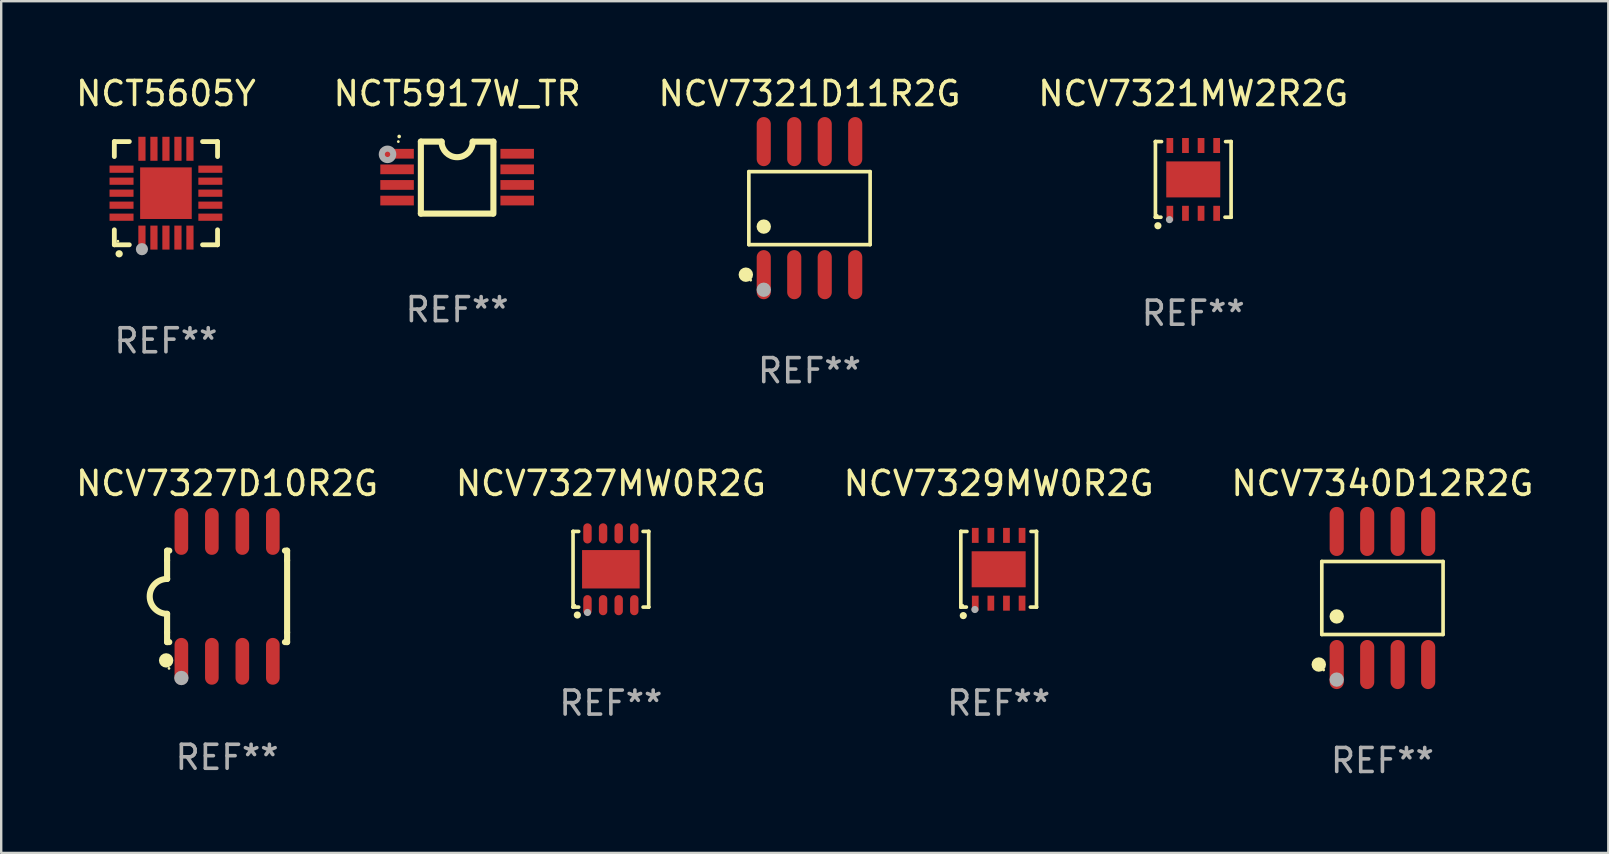
<source format=kicad_pcb>
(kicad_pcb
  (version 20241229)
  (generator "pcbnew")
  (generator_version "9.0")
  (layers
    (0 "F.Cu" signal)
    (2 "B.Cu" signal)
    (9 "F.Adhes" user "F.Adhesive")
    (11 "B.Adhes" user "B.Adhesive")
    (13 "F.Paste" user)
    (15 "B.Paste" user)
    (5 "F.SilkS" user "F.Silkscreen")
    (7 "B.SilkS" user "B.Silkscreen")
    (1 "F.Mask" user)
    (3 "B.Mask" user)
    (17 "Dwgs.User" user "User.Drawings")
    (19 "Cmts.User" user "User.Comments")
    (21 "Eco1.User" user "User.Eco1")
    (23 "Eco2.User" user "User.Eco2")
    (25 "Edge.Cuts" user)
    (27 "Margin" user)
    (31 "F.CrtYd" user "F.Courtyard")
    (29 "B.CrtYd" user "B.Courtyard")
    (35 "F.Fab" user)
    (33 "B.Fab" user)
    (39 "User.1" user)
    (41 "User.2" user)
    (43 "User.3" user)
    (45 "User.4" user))
  (footprint "NCV7321D11R2G"
    (layer "F.Cu")
    (at 30.673 5.621)
    (property "Reference" "NCV7321D11R2G" (at 0 -4.772 0) (layer "F.SilkS") (effects (font (size 1 1) (thickness 0.15))))
    (attr through_hole)
    (fp_line (start -2.526 -1.521) (end 2.526 -1.521) (stroke (width 0.152) (type solid)) (layer "F.SilkS"))
    (fp_line (start -2.526 1.521) (end -2.526 -1.521) (stroke (width 0.152) (type solid)) (layer "F.SilkS"))
    (fp_line (start 2.526 -1.521) (end 2.526 1.521) (stroke (width 0.152) (type solid)) (layer "F.SilkS"))
    (fp_line (start 2.526 1.521) (end -2.526 1.521) (stroke (width 0.152) (type solid)) (layer "F.SilkS"))
    (fp_circle (center -2.652 2.772) (end -2.501 2.772) (stroke (width 0.3) (type solid)) (fill no) (layer "F.SilkS"))
    (fp_circle (center -2.45 3) (end -2.42 3) (stroke (width 0.06) (type solid)) (fill no) (layer "F.SilkS"))
    (fp_circle (center -1.905 0.769) (end -1.755 0.769) (stroke (width 0.3) (type solid)) (fill no) (layer "F.SilkS"))
    (fp_circle (center -1.905 3.4) (end -1.755 3.4) (stroke (width 0.3) (type solid)) (fill no) (layer "F.Fab"))
    (fp_text user "REF**" (at 0 6.772 0) (layer "F.Fab") (effects (font (size 1 1) (thickness 0.15))))
    (pad "1" smd oval (at -1.905 2.772) (size 0.588 2.045) (layers "F.Cu" "F.Mask" "F.Paste"))
    (pad "2" smd oval (at -0.635 2.772) (size 0.588 2.045) (layers "F.Cu" "F.Mask" "F.Paste"))
    (pad "3" smd oval (at 0.635 2.772) (size 0.588 2.045) (layers "F.Cu" "F.Mask" "F.Paste"))
    (pad "4" smd oval (at 1.905 2.772) (size 0.588 2.045) (layers "F.Cu" "F.Mask" "F.Paste"))
    (pad "5" smd oval (at 1.905 -2.772) (size 0.588 2.045) (layers "F.Cu" "F.Mask" "F.Paste"))
    (pad "6" smd oval (at 0.635 -2.772) (size 0.588 2.045) (layers "F.Cu" "F.Mask" "F.Paste"))
    (pad "7" smd oval (at -0.635 -2.772) (size 0.588 2.045) (layers "F.Cu" "F.Mask" "F.Paste"))
    (pad "8" smd oval (at -1.905 -2.772) (size 0.588 2.045) (layers "F.Cu" "F.Mask" "F.Paste")))
  (footprint "NCV7321MW2R2G"
    (layer "F.Cu")
    (at 46.661 4.424)
    (property "Reference" "NCV7321MW2R2G" (at 0 -3.576 0) (layer "F.SilkS") (effects (font (size 1 1) (thickness 0.15))))
    (attr through_hole)
    (fp_line (start -1.576 -1.576) (end -1.576 -1.576) (stroke (width 0.152) (type solid)) (layer "F.SilkS"))
    (fp_line (start -1.576 -1.576) (end -1.576 1.576) (stroke (width 0.152) (type solid)) (layer "F.SilkS"))
    (fp_line (start -1.576 1.576) (end -1.576 1.576) (stroke (width 0.152) (type solid)) (layer "F.SilkS"))
    (fp_line (start -1.576 1.576) (end -1.346 1.575) (stroke (width 0.152) (type solid)) (layer "F.SilkS"))
    (fp_line (start -1.321 -1.575) (end -1.576 -1.576) (stroke (width 0.152) (type solid)) (layer "F.SilkS"))
    (fp_line (start 1.321 1.575) (end 1.576 1.576) (stroke (width 0.152) (type solid)) (layer "F.SilkS"))
    (fp_line (start 1.576 -1.576) (end 1.346 -1.575) (stroke (width 0.152) (type solid)) (layer "F.SilkS"))
    (fp_line (start 1.576 -1.576) (end 1.576 -1.576) (stroke (width 0.152) (type solid)) (layer "F.SilkS"))
    (fp_line (start 1.576 1.576) (end 1.576 -1.576) (stroke (width 0.152) (type solid)) (layer "F.SilkS"))
    (fp_line (start 1.576 1.576) (end 1.576 1.576) (stroke (width 0.152) (type solid)) (layer "F.SilkS"))
    (fp_circle (center -1.5 1.5) (end -1.47 1.5) (stroke (width 0.06) (type solid)) (fill no) (layer "F.SilkS"))
    (fp_circle (center -1.473 1.93) (end -1.398 1.93) (stroke (width 0.15) (type solid)) (fill no) (layer "F.SilkS"))
    (fp_circle (center -0.991 1.676) (end -0.916 1.676) (stroke (width 0.15) (type solid)) (fill no) (layer "F.Fab"))
    (fp_text user "REF**" (at 0 5.576 0) (layer "F.Fab") (effects (font (size 1 1) (thickness 0.15))))
    (pad "1" smd rect (at -0.975 1.412) (size 0.28 0.625) (layers "F.Cu" "F.Mask" "F.Paste"))
    (pad "2" smd rect (at -0.325 1.412) (size 0.28 0.625) (layers "F.Cu" "F.Mask" "F.Paste"))
    (pad "3" smd rect (at 0.325 1.412) (size 0.28 0.625) (layers "F.Cu" "F.Mask" "F.Paste"))
    (pad "4" smd rect (at 0.975 1.412) (size 0.28 0.625) (layers "F.Cu" "F.Mask" "F.Paste"))
    (pad "5" smd rect (at 0.975 -1.412) (size 0.28 0.625) (layers "F.Cu" "F.Mask" "F.Paste"))
    (pad "6" smd rect (at 0.325 -1.412) (size 0.28 0.625) (layers "F.Cu" "F.Mask" "F.Paste"))
    (pad "7" smd rect (at -0.325 -1.412) (size 0.28 0.625) (layers "F.Cu" "F.Mask" "F.Paste"))
    (pad "8" smd rect (at -0.975 -1.412) (size 0.28 0.625) (layers "F.Cu" "F.Mask" "F.Paste"))
    (pad "9" smd rect (at 0 0) (size 2.25 1.5) (layers "F.Cu" "F.Mask" "F.Paste")))
  (footprint "NCV7340D12R2G"
    (layer "F.Cu")
    (at 54.542 21.862)
    (property "Reference" "NCV7340D12R2G" (at 0 -4.772 0) (layer "F.SilkS") (effects (font (size 1 1) (thickness 0.15))))
    (attr through_hole)
    (fp_line (start -2.526 -1.521) (end 2.526 -1.521) (stroke (width 0.152) (type solid)) (layer "F.SilkS"))
    (fp_line (start -2.526 1.521) (end -2.526 -1.521) (stroke (width 0.152) (type solid)) (layer "F.SilkS"))
    (fp_line (start 2.526 -1.521) (end 2.526 1.521) (stroke (width 0.152) (type solid)) (layer "F.SilkS"))
    (fp_line (start 2.526 1.521) (end -2.526 1.521) (stroke (width 0.152) (type solid)) (layer "F.SilkS"))
    (fp_circle (center -2.652 2.772) (end -2.501 2.772) (stroke (width 0.3) (type solid)) (fill no) (layer "F.SilkS"))
    (fp_circle (center -2.45 3) (end -2.42 3) (stroke (width 0.06) (type solid)) (fill no) (layer "F.SilkS"))
    (fp_circle (center -1.905 0.769) (end -1.755 0.769) (stroke (width 0.3) (type solid)) (fill no) (layer "F.SilkS"))
    (fp_circle (center -1.905 3.4) (end -1.755 3.4) (stroke (width 0.3) (type solid)) (fill no) (layer "F.Fab"))
    (fp_text user "REF**" (at 0 6.772 0) (layer "F.Fab") (effects (font (size 1 1) (thickness 0.15))))
    (pad "1" smd oval (at -1.905 2.772) (size 0.588 2.045) (layers "F.Cu" "F.Mask" "F.Paste"))
    (pad "2" smd oval (at -0.635 2.772) (size 0.588 2.045) (layers "F.Cu" "F.Mask" "F.Paste"))
    (pad "3" smd oval (at 0.635 2.772) (size 0.588 2.045) (layers "F.Cu" "F.Mask" "F.Paste"))
    (pad "4" smd oval (at 1.905 2.772) (size 0.588 2.045) (layers "F.Cu" "F.Mask" "F.Paste"))
    (pad "5" smd oval (at 1.905 -2.772) (size 0.588 2.045) (layers "F.Cu" "F.Mask" "F.Paste"))
    (pad "6" smd oval (at 0.635 -2.772) (size 0.588 2.045) (layers "F.Cu" "F.Mask" "F.Paste"))
    (pad "7" smd oval (at -0.635 -2.772) (size 0.588 2.045) (layers "F.Cu" "F.Mask" "F.Paste"))
    (pad "8" smd oval (at -1.905 -2.772) (size 0.588 2.045) (layers "F.Cu" "F.Mask" "F.Paste")))
  (footprint "NCT5917W_TR"
    (layer "F.Cu")
    (at 15.994 4.35)
    (property "Reference" "NCT5917W_TR" (at 0 -3.501 0) (layer "F.SilkS") (effects (font (size 1 1) (thickness 0.15))))
    (attr through_hole)
    (fp_line (start -1.511 -1.501) (end -1.511 1.499) (stroke (width 0.254) (type solid)) (layer "F.SilkS"))
    (fp_line (start -1.511 -1.501) (end -0.648 -1.501) (stroke (width 0.254) (type solid)) (layer "F.SilkS"))
    (fp_line (start -1.511 1.499) (end 1.489 1.499) (stroke (width 0.254) (type solid)) (layer "F.SilkS"))
    (fp_line (start 0.648 -1.499) (end 1.511 -1.499) (stroke (width 0.254) (type solid)) (layer "F.SilkS"))
    (fp_line (start 1.511 -1.499) (end 1.511 1.501) (stroke (width 0.254) (type solid)) (layer "F.SilkS"))
    (fp_arc (start -2.41491 -1.713233) (mid -2.414916 -1.714503) (end -2.41491 -1.715773) (stroke (width 0.150013) (type solid)) (layer "F.SilkS"))
    (fp_arc (start 0.647803 -1.498603) (mid 0.000102 -0.850902) (end -0.647599 -1.498603) (stroke (width 0.254001) (type solid)) (layer "F.SilkS"))
    (fp_circle (center -2.45 -1.501) (end -2.42 -1.501) (stroke (width 0.06) (type solid)) (fill no) (layer "F.SilkS"))
    (fp_circle (center -2.9 -0.97) (end -2.788 -0.97) (stroke (width 0.254) (type solid)) (fill no) (layer "F.Fab"))
    (fp_text user "REF**" (at 0 5.501 0) (layer "F.Fab") (effects (font (size 1 1) (thickness 0.15))))
    (pad "1" smd rect (at -2.502 -0.995) (size 1.397 0.406) (layers "F.Cu" "F.Mask" "F.Paste"))
    (pad "2" smd rect (at -2.502 -0.345) (size 1.397 0.406) (layers "F.Cu" "F.Mask" "F.Paste"))
    (pad "3" smd rect (at -2.502 0.305) (size 1.397 0.406) (layers "F.Cu" "F.Mask" "F.Paste"))
    (pad "4" smd rect (at -2.502 0.955) (size 1.397 0.406) (layers "F.Cu" "F.Mask" "F.Paste"))
    (pad "5" smd rect (at 2.502 0.955) (size 1.397 0.406) (layers "F.Cu" "F.Mask" "F.Paste"))
    (pad "6" smd rect (at 2.502 0.305) (size 1.397 0.406) (layers "F.Cu" "F.Mask" "F.Paste"))
    (pad "7" smd rect (at 2.502 -0.345) (size 1.397 0.406) (layers "F.Cu" "F.Mask" "F.Paste"))
    (pad "8" smd rect (at 2.502 -0.995) (size 1.397 0.406) (layers "F.Cu" "F.Mask" "F.Paste")))
  (footprint "NCT5605Y"
    (layer "F.Cu")
    (at 3.863 4.998)
    (property "Reference" "NCT5605Y" (at 0 -4.15 0) (layer "F.SilkS") (effects (font (size 1 1) (thickness 0.15))))
    (attr through_hole)
    (fp_line (start -2.15 -2.15) (end -2.15 -1.525) (stroke (width 0.2) (type solid)) (layer "F.SilkS"))
    (fp_line (start -2.15 2.15) (end -2.15 1.525) (stroke (width 0.2) (type solid)) (layer "F.SilkS"))
    (fp_line (start -1.525 -2.15) (end -2.15 -2.15) (stroke (width 0.2) (type solid)) (layer "F.SilkS"))
    (fp_line (start -1.525 2.15) (end -2.15 2.15) (stroke (width 0.2) (type solid)) (layer "F.SilkS"))
    (fp_line (start 1.525 2.15) (end 2.15 2.15) (stroke (width 0.2) (type solid)) (layer "F.SilkS"))
    (fp_line (start 2.15 -2.15) (end 1.525 -2.15) (stroke (width 0.2) (type solid)) (layer "F.SilkS"))
    (fp_line (start 2.15 -1.525) (end 2.15 -2.15) (stroke (width 0.2) (type solid)) (layer "F.SilkS"))
    (fp_line (start 2.15 2.15) (end 2.15 1.525) (stroke (width 0.2) (type solid)) (layer "F.SilkS"))
    (fp_arc (start -1.950724 2.524765) (mid -1.949454 2.52476) (end -1.948184 2.524765) (stroke (width 0.3) (type solid)) (layer "F.SilkS"))
    (fp_circle (center -2 2) (end -1.97 2) (stroke (width 0.06) (type solid)) (fill no) (layer "F.SilkS"))
    (fp_circle (center -1 2.332) (end -0.873 2.332) (stroke (width 0.254) (type solid)) (fill no) (layer "F.Fab"))
    (fp_text user "REF**" (at 0 6.15 0) (layer "F.Fab") (effects (font (size 1 1) (thickness 0.15))))
    (pad "1" smd rect (at -1 1.85 180) (size 0.3 1) (layers "F.Cu" "F.Mask" "F.Paste"))
    (pad "2" smd rect (at -0.5 1.85 180) (size 0.3 1) (layers "F.Cu" "F.Mask" "F.Paste"))
    (pad "3" smd rect (at 0 1.85 180) (size 0.3 1) (layers "F.Cu" "F.Mask" "F.Paste"))
    (pad "4" smd rect (at 0.5 1.85 180) (size 0.3 1) (layers "F.Cu" "F.Mask" "F.Paste"))
    (pad "5" smd rect (at 1 1.85 180) (size 0.3 1) (layers "F.Cu" "F.Mask" "F.Paste"))
    (pad "6" smd rect (at 1.85 1 90) (size 0.3 1) (layers "F.Cu" "F.Mask" "F.Paste"))
    (pad "7" smd rect (at 1.85 0.5 90) (size 0.3 1) (layers "F.Cu" "F.Mask" "F.Paste"))
    (pad "8" smd rect (at 1.85 0 90) (size 0.3 1) (layers "F.Cu" "F.Mask" "F.Paste"))
    (pad "9" smd rect (at 1.85 -0.5 90) (size 0.3 1) (layers "F.Cu" "F.Mask" "F.Paste"))
    (pad "10" smd rect (at 1.85 -1 90) (size 0.3 1) (layers "F.Cu" "F.Mask" "F.Paste"))
    (pad "11" smd rect (at 1 -1.85 180) (size 0.3 1) (layers "F.Cu" "F.Mask" "F.Paste"))
    (pad "12" smd rect (at 0.5 -1.85 180) (size 0.3 1) (layers "F.Cu" "F.Mask" "F.Paste"))
    (pad "13" smd rect (at 0 -1.85 180) (size 0.3 1) (layers "F.Cu" "F.Mask" "F.Paste"))
    (pad "14" smd rect (at -0.5 -1.85 180) (size 0.3 1) (layers "F.Cu" "F.Mask" "F.Paste"))
    (pad "15" smd rect (at -1 -1.85 180) (size 0.3 1) (layers "F.Cu" "F.Mask" "F.Paste"))
    (pad "16" smd rect (at -1.85 -1 90) (size 0.3 1) (layers "F.Cu" "F.Mask" "F.Paste"))
    (pad "17" smd rect (at -1.85 -0.5 90) (size 0.3 1) (layers "F.Cu" "F.Mask" "F.Paste"))
    (pad "18" smd rect (at -1.85 0 90) (size 0.3 1) (layers "F.Cu" "F.Mask" "F.Paste"))
    (pad "19" smd rect (at -1.85 0.5 90) (size 0.3 1) (layers "F.Cu" "F.Mask" "F.Paste"))
    (pad "20" smd rect (at -1.85 1 90) (size 0.3 1) (layers "F.Cu" "F.Mask" "F.Paste"))
    (pad "21" smd rect (at 0 0 90) (size 2.15 2.15) (layers "F.Cu" "F.Mask" "F.Paste")))
  (footprint "NCV7327MW0R2G"
    (layer "F.Cu")
    (at 22.399 20.666)
    (property "Reference" "NCV7327MW0R2G" (at 0 -3.576 0) (layer "F.SilkS") (effects (font (size 1 1) (thickness 0.15))))
    (attr through_hole)
    (fp_line (start -1.576 -1.576) (end -1.576 -1.576) (stroke (width 0.152) (type solid)) (layer "F.SilkS"))
    (fp_line (start -1.576 -1.576) (end -1.341 -1.576) (stroke (width 0.152) (type solid)) (layer "F.SilkS"))
    (fp_line (start -1.576 1.576) (end -1.576 -1.576) (stroke (width 0.152) (type solid)) (layer "F.SilkS"))
    (fp_line (start -1.576 1.576) (end -1.576 1.576) (stroke (width 0.152) (type solid)) (layer "F.SilkS"))
    (fp_line (start -1.341 1.576) (end -1.576 1.576) (stroke (width 0.152) (type solid)) (layer "F.SilkS"))
    (fp_line (start 1.341 1.576) (end 1.576 1.576) (stroke (width 0.152) (type solid)) (layer "F.SilkS"))
    (fp_line (start 1.576 -1.576) (end 1.341 -1.576) (stroke (width 0.152) (type solid)) (layer "F.SilkS"))
    (fp_line (start 1.576 -1.576) (end 1.576 -1.576) (stroke (width 0.152) (type solid)) (layer "F.SilkS"))
    (fp_line (start 1.576 1.576) (end 1.576 -1.576) (stroke (width 0.152) (type solid)) (layer "F.SilkS"))
    (fp_line (start 1.576 1.576) (end 1.576 1.576) (stroke (width 0.152) (type solid)) (layer "F.SilkS"))
    (fp_circle (center -1.5 1.5) (end -1.47 1.5) (stroke (width 0.06) (type solid)) (fill no) (layer "F.SilkS"))
    (fp_circle (center -1.397 1.905) (end -1.322 1.905) (stroke (width 0.15) (type solid)) (fill no) (layer "F.SilkS"))
    (fp_circle (center -0.975 1.8) (end -0.9 1.8) (stroke (width 0.15) (type solid)) (fill no) (layer "F.Fab"))
    (fp_text user "REF**" (at 0 5.576 0) (layer "F.Fab") (effects (font (size 1 1) (thickness 0.15))))
    (pad "1" smd oval (at -0.975 1.495) (size 0.35 0.84) (layers "F.Cu" "F.Mask" "F.Paste"))
    (pad "2" smd oval (at -0.325 1.495) (size 0.35 0.84) (layers "F.Cu" "F.Mask" "F.Paste"))
    (pad "3" smd oval (at 0.325 1.495) (size 0.35 0.84) (layers "F.Cu" "F.Mask" "F.Paste"))
    (pad "4" smd oval (at 0.975 1.495) (size 0.35 0.84) (layers "F.Cu" "F.Mask" "F.Paste"))
    (pad "5" smd oval (at 0.975 -1.495) (size 0.35 0.84) (layers "F.Cu" "F.Mask" "F.Paste"))
    (pad "6" smd oval (at 0.325 -1.495) (size 0.35 0.84) (layers "F.Cu" "F.Mask" "F.Paste"))
    (pad "7" smd oval (at -0.325 -1.495) (size 0.35 0.84) (layers "F.Cu" "F.Mask" "F.Paste"))
    (pad "8" smd oval (at -0.975 -1.495) (size 0.35 0.84) (layers "F.Cu" "F.Mask" "F.Paste"))
    (pad "9" smd rect (at 0 0) (size 2.4 1.6) (layers "F.Cu" "F.Mask" "F.Paste")))
  (footprint "NCV7329MW0R2G"
    (layer "F.Cu")
    (at 38.554 20.666)
    (property "Reference" "NCV7329MW0R2G" (at 0 -3.576 0) (layer "F.SilkS") (effects (font (size 1 1) (thickness 0.15))))
    (attr through_hole)
    (fp_line (start -1.576 -1.576) (end -1.576 -1.576) (stroke (width 0.152) (type solid)) (layer "F.SilkS"))
    (fp_line (start -1.576 -1.576) (end -1.576 1.576) (stroke (width 0.152) (type solid)) (layer "F.SilkS"))
    (fp_line (start -1.576 1.576) (end -1.576 1.576) (stroke (width 0.152) (type solid)) (layer "F.SilkS"))
    (fp_line (start -1.576 1.576) (end -1.346 1.575) (stroke (width 0.152) (type solid)) (layer "F.SilkS"))
    (fp_line (start -1.321 -1.575) (end -1.576 -1.576) (stroke (width 0.152) (type solid)) (layer "F.SilkS"))
    (fp_line (start 1.321 1.575) (end 1.576 1.576) (stroke (width 0.152) (type solid)) (layer "F.SilkS"))
    (fp_line (start 1.576 -1.576) (end 1.346 -1.575) (stroke (width 0.152) (type solid)) (layer "F.SilkS"))
    (fp_line (start 1.576 -1.576) (end 1.576 -1.576) (stroke (width 0.152) (type solid)) (layer "F.SilkS"))
    (fp_line (start 1.576 1.576) (end 1.576 -1.576) (stroke (width 0.152) (type solid)) (layer "F.SilkS"))
    (fp_line (start 1.576 1.576) (end 1.576 1.576) (stroke (width 0.152) (type solid)) (layer "F.SilkS"))
    (fp_circle (center -1.5 1.5) (end -1.47 1.5) (stroke (width 0.06) (type solid)) (fill no) (layer "F.SilkS"))
    (fp_circle (center -1.473 1.93) (end -1.398 1.93) (stroke (width 0.15) (type solid)) (fill no) (layer "F.SilkS"))
    (fp_circle (center -0.991 1.676) (end -0.916 1.676) (stroke (width 0.15) (type solid)) (fill no) (layer "F.Fab"))
    (fp_text user "REF**" (at 0 5.576 0) (layer "F.Fab") (effects (font (size 1 1) (thickness 0.15))))
    (pad "1" smd rect (at -0.975 1.412) (size 0.28 0.625) (layers "F.Cu" "F.Mask" "F.Paste"))
    (pad "2" smd rect (at -0.325 1.412) (size 0.28 0.625) (layers "F.Cu" "F.Mask" "F.Paste"))
    (pad "3" smd rect (at 0.325 1.412) (size 0.28 0.625) (layers "F.Cu" "F.Mask" "F.Paste"))
    (pad "4" smd rect (at 0.975 1.412) (size 0.28 0.625) (layers "F.Cu" "F.Mask" "F.Paste"))
    (pad "5" smd rect (at 0.975 -1.412) (size 0.28 0.625) (layers "F.Cu" "F.Mask" "F.Paste"))
    (pad "6" smd rect (at 0.325 -1.412) (size 0.28 0.625) (layers "F.Cu" "F.Mask" "F.Paste"))
    (pad "7" smd rect (at -0.325 -1.412) (size 0.28 0.625) (layers "F.Cu" "F.Mask" "F.Paste"))
    (pad "8" smd rect (at -0.975 -1.412) (size 0.28 0.625) (layers "F.Cu" "F.Mask" "F.Paste"))
    (pad "9" smd rect (at 0 0) (size 2.25 1.5) (layers "F.Cu" "F.Mask" "F.Paste")))
  (footprint "NCV7327D10R2G"
    (layer "F.Cu")
    (at 6.411 21.795)
    (property "Reference" "NCV7327D10R2G" (at 0 -4.705 0) (layer "F.SilkS") (effects (font (size 1 1) (thickness 0.15))))
    (attr through_hole)
    (fp_line (start -2.5 -1.905) (end -2.409 -1.905) (stroke (width 0.254) (type solid)) (layer "F.SilkS"))
    (fp_line (start -2.5 -1.5) (end -2.5 -1.905) (stroke (width 0.254) (type solid)) (layer "F.SilkS"))
    (fp_line (start -2.5 -1.5) (end -2.5 -0.726) (stroke (width 0.254) (type solid)) (layer "F.SilkS"))
    (fp_line (start -2.5 1.5) (end -2.5 0.727) (stroke (width 0.254) (type solid)) (layer "F.SilkS"))
    (fp_line (start -2.5 1.5) (end -2.5 1.905) (stroke (width 0.254) (type solid)) (layer "F.SilkS"))
    (fp_line (start -2.5 1.905) (end -2.409 1.905) (stroke (width 0.254) (type solid)) (layer "F.SilkS"))
    (fp_line (start 2.5 -1.905) (end 2.409 -1.905) (stroke (width 0.254) (type solid)) (layer "F.SilkS"))
    (fp_line (start 2.5 -1.5) (end 2.5 -1.905) (stroke (width 0.254) (type solid)) (layer "F.SilkS"))
    (fp_line (start 2.5 -1.5) (end 2.5 1.5) (stroke (width 0.254) (type solid)) (layer "F.SilkS"))
    (fp_line (start 2.5 1.5) (end 2.5 1.905) (stroke (width 0.254) (type solid)) (layer "F.SilkS"))
    (fp_line (start 2.5 1.905) (end 2.409 1.905) (stroke (width 0.254) (type solid)) (layer "F.SilkS"))
    (fp_arc (start -2.5 0.726568) (mid -3.220316 -0.0023) (end -2.495097 -0.726289) (stroke (width 0.254001) (type solid)) (layer "F.SilkS"))
    (fp_circle (center -2.54 2.667) (end -2.39 2.667) (stroke (width 0.3) (type solid)) (fill no) (layer "F.SilkS"))
    (fp_circle (center -2.42 3) (end -2.39 3) (stroke (width 0.06) (type solid)) (fill no) (layer "F.SilkS"))
    (fp_circle (center -1.905 3.4) (end -1.755 3.4) (stroke (width 0.3) (type solid)) (fill no) (layer "F.Fab"))
    (fp_text user "REF**" (at 0 6.705 0) (layer "F.Fab") (effects (font (size 1 1) (thickness 0.15))))
    (pad "1" smd oval (at -1.905 2.705) (size 0.568 1.95) (layers "F.Cu" "F.Mask" "F.Paste"))
    (pad "2" smd oval (at -0.635 2.705) (size 0.568 1.95) (layers "F.Cu" "F.Mask" "F.Paste"))
    (pad "3" smd oval (at 0.635 2.705) (size 0.568 1.95) (layers "F.Cu" "F.Mask" "F.Paste"))
    (pad "4" smd oval (at 1.905 2.705) (size 0.568 1.95) (layers "F.Cu" "F.Mask" "F.Paste"))
    (pad "5" smd oval (at 1.905 -2.705) (size 0.568 1.95) (layers "F.Cu" "F.Mask" "F.Paste"))
    (pad "6" smd oval (at 0.635 -2.705) (size 0.568 1.95) (layers "F.Cu" "F.Mask" "F.Paste"))
    (pad "7" smd oval (at -0.635 -2.705) (size 0.568 1.95) (layers "F.Cu" "F.Mask" "F.Paste"))
    (pad "8" smd oval (at -1.905 -2.705) (size 0.568 1.95) (layers "F.Cu" "F.Mask" "F.Paste")))
  (gr_rect
    (start -3 -3)
    (end 63.952 32.483)
    (stroke (width 0.1) (type default))
    (fill no)
    (layer "Edge.Cuts")))
</source>
